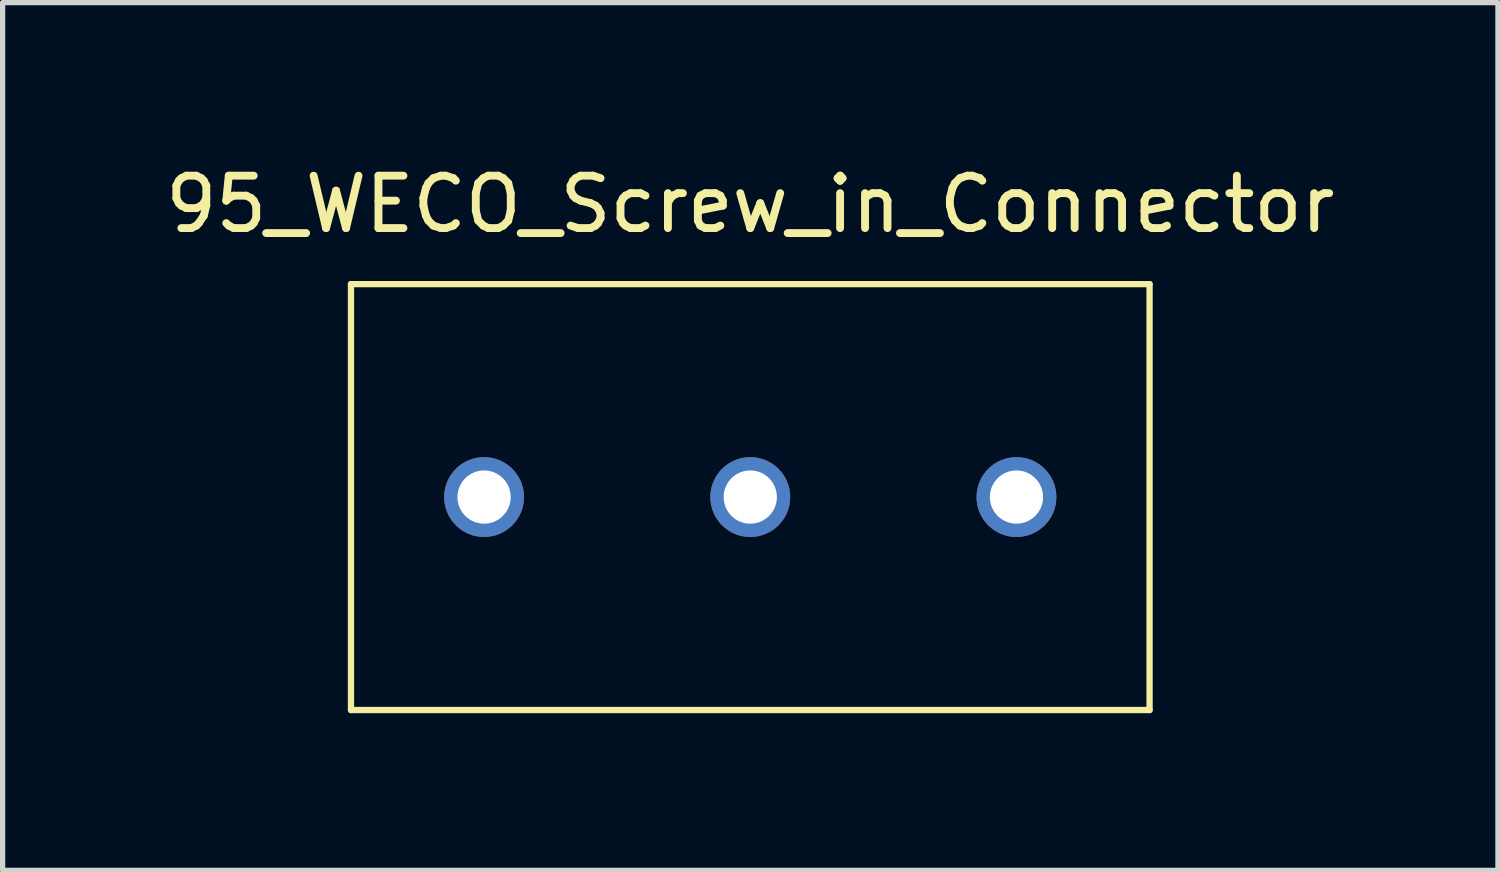
<source format=kicad_pcb>
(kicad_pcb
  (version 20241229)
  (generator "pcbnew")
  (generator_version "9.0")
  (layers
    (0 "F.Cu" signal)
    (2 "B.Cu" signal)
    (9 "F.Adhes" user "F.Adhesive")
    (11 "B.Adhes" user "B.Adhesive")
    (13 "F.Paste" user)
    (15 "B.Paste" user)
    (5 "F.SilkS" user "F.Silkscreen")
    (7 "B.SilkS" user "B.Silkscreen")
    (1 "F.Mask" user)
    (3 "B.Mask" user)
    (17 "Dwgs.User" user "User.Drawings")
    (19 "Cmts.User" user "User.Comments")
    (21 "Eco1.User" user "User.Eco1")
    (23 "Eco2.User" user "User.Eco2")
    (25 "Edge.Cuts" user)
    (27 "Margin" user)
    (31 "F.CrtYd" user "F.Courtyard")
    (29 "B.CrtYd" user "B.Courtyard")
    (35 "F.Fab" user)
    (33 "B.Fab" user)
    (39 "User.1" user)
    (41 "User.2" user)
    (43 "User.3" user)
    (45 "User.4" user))
  (footprint "95_WECO_Screw_in_Connector"
    (layer "F.Cu")
    (at 11.268 6.436)
    (property "Reference" "95_WECO_Screw_in_Connector" (at 0 -5.588 0) (layer "F.SilkS") (effects (font (size 1 1) (thickness 0.15))))
    (attr through_hole)
    (fp_line (start -7.62 4.064) (end -7.62 -4.064) (stroke (width 0.12) (type solid)) (layer "F.SilkS"))
    (fp_line (start -7.62 4.064) (end 7.62 4.064) (stroke (width 0.12) (type solid)) (layer "F.SilkS"))
    (fp_line (start 7.62 -4.064) (end -7.62 -4.064) (stroke (width 0.12) (type solid)) (layer "F.SilkS"))
    (fp_line (start 7.62 4.064) (end 7.62 -4.064) (stroke (width 0.12) (type solid)) (layer "F.SilkS"))
    (pad "1" thru_hole circle (at -5.08 0) (size 1.524 1.524) (drill 1.016) (layers "*.Cu" "*.Mask"))
    (pad "2" thru_hole circle (at 0 0) (size 1.524 1.524) (drill 1.016) (layers "*.Cu" "*.Mask"))
    (pad "3" thru_hole circle (at 5.08 0) (size 1.524 1.524) (drill 1.016) (layers "*.Cu" "*.Mask")))
  (gr_rect
    (start -3 -3)
    (end 25.536 13.56)
    (stroke (width 0.1) (type default))
    (fill no)
    (layer "Edge.Cuts")))
</source>
